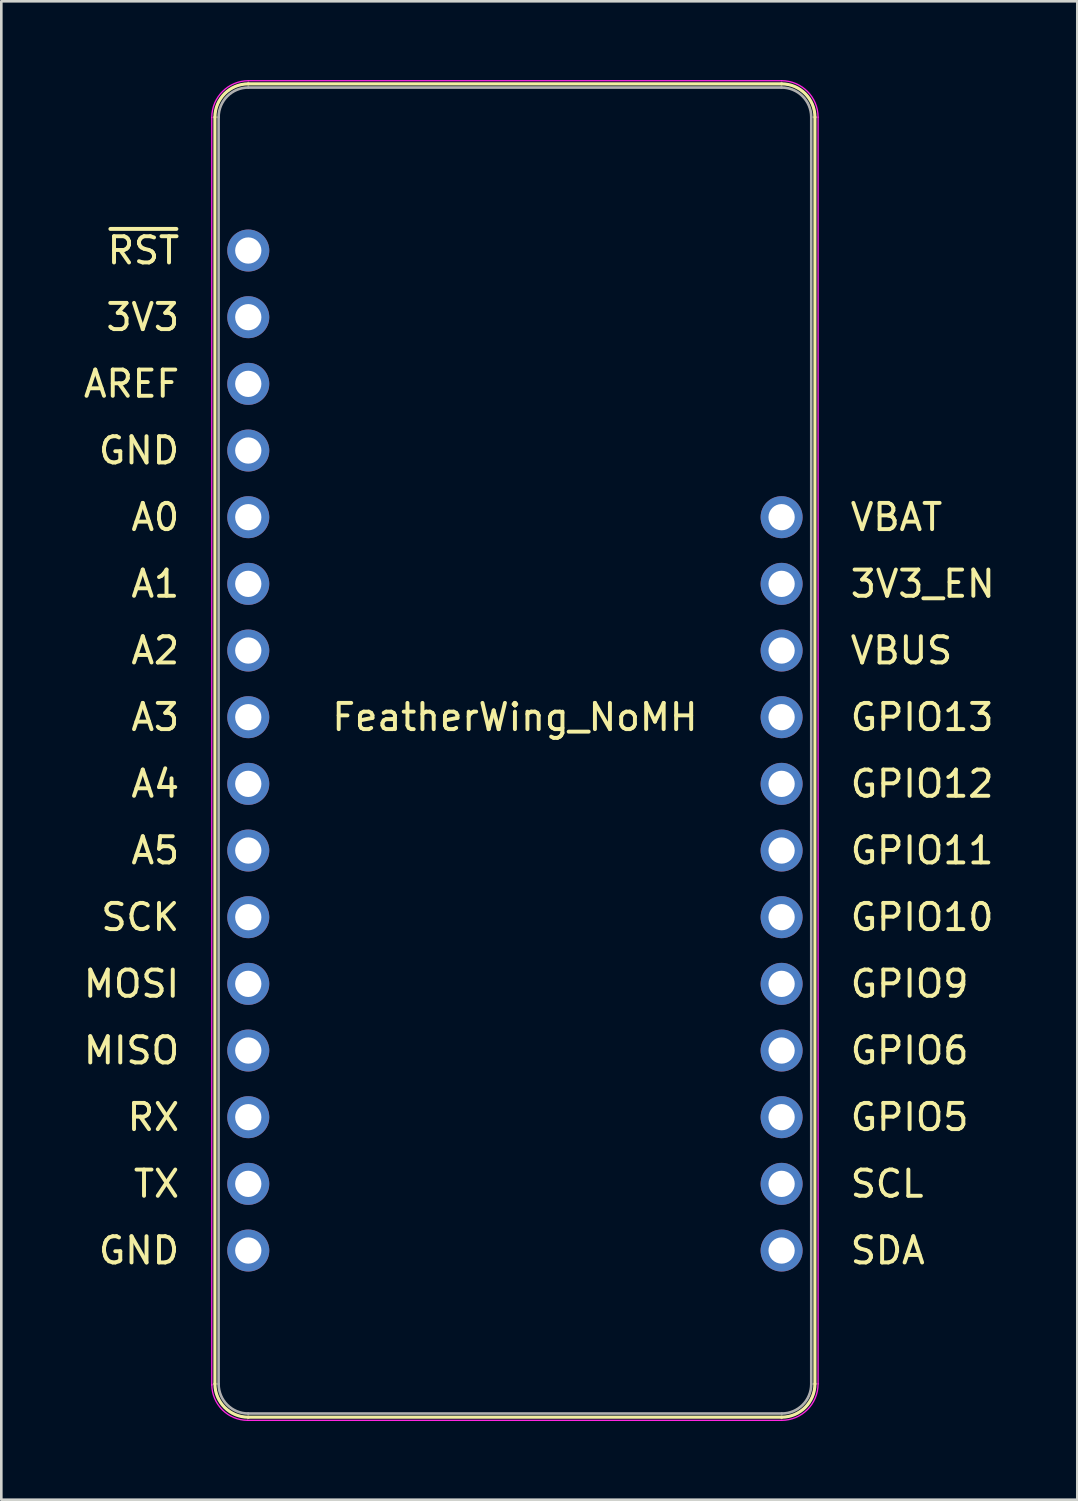
<source format=kicad_pcb>
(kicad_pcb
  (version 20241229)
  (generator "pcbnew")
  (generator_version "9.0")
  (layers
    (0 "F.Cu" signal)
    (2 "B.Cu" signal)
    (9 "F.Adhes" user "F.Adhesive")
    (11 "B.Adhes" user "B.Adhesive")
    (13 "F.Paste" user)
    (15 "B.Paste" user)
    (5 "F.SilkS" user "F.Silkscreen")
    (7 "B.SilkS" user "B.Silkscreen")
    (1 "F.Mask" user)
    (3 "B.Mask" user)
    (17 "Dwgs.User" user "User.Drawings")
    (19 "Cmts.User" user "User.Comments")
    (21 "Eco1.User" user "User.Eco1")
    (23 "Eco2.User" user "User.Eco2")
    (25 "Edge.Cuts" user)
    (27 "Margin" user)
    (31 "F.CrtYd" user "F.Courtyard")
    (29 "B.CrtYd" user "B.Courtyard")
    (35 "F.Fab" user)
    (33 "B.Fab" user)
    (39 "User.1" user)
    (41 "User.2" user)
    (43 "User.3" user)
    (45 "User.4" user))
  (footprint "FeatherWing_NoMH"
    (layer "F.Cu")
    (at 16.569 25.545)
    (property "Reference" "FeatherWing_NoMH" (at 0 -1.27 0) (layer "F.SilkS") (effects (font (size 1 1) (thickness 0.15))))
    (attr through_hole)
    (fp_line (start -11.43 24.13) (end -11.43 -24.13) (stroke (width 0.12) (type solid)) (layer "F.SilkS"))
    (fp_line (start -10.16 -25.4) (end 10.16 -25.4) (stroke (width 0.12) (type solid)) (layer "F.SilkS"))
    (fp_line (start 10.16 25.4) (end -10.16 25.4) (stroke (width 0.12) (type solid)) (layer "F.SilkS"))
    (fp_line (start 11.43 -24.13) (end 11.43 24.13) (stroke (width 0.12) (type solid)) (layer "F.SilkS"))
    (fp_arc (start -11.43 -24.13) (mid -11.058026 -25.028026) (end -10.16 -25.4) (stroke (width 0.12) (type solid)) (layer "F.SilkS"))
    (fp_arc (start -10.16 25.4) (mid -11.058026 25.028026) (end -11.43 24.13) (stroke (width 0.12) (type solid)) (layer "F.SilkS"))
    (fp_arc (start 10.16 -25.4) (mid 11.058026 -25.028026) (end 11.43 -24.13) (stroke (width 0.12) (type solid)) (layer "F.SilkS"))
    (fp_arc (start 11.43 24.13) (mid 11.058026 25.028026) (end 10.16 25.4) (stroke (width 0.12) (type solid)) (layer "F.SilkS"))
    (fp_line (start -11.55 24.18) (end -11.55 -24.12) (stroke (width 0.05) (type solid)) (layer "F.CrtYd"))
    (fp_line (start -10.16 -25.52) (end 10.16 -25.52) (stroke (width 0.05) (type solid)) (layer "F.CrtYd"))
    (fp_line (start 10.16 25.52) (end -10.19 25.52) (stroke (width 0.05) (type solid)) (layer "F.CrtYd"))
    (fp_line (start 11.55 -24.13) (end 11.55 24.13) (stroke (width 0.05) (type solid)) (layer "F.CrtYd"))
    (fp_arc (start -11.55 -24.12) (mid -11.139949 -25.109949) (end -10.15 -25.52) (stroke (width 0.05) (type solid)) (layer "F.CrtYd"))
    (fp_arc (start -10.18 25.52) (mid -11.148736 25.118736) (end -11.55 24.15) (stroke (width 0.05) (type solid)) (layer "F.CrtYd"))
    (fp_arc (start 10.16 -25.52) (mid 11.142878 -25.112878) (end 11.55 -24.13) (stroke (width 0.05) (type solid)) (layer "F.CrtYd"))
    (fp_arc (start 11.55 24.13) (mid 11.142878 25.112878) (end 10.16 25.52) (stroke (width 0.05) (type solid)) (layer "F.CrtYd"))
    (fp_line (start -11.29 24.135) (end -11.29 -24.13) (stroke (width 0.1) (type solid)) (layer "F.Fab"))
    (fp_line (start -10.16 -25.26) (end 10.16 -25.26) (stroke (width 0.1) (type solid)) (layer "F.Fab"))
    (fp_line (start 10.16 25.26) (end -10.16 25.26) (stroke (width 0.1) (type solid)) (layer "F.Fab"))
    (fp_line (start 11.29 -24.13) (end 11.29 24.13) (stroke (width 0.1) (type solid)) (layer "F.Fab"))
    (fp_arc (start -11.29 -24.13) (mid -10.959031 -24.929031) (end -10.16 -25.26) (stroke (width 0.1) (type solid)) (layer "F.Fab"))
    (fp_arc (start -10.165 25.26) (mid -10.960495 24.930495) (end -11.29 24.135) (stroke (width 0.1) (type solid)) (layer "F.Fab"))
    (fp_arc (start 10.15 -25.26) (mid 10.95196 -24.936102) (end 11.29 -24.14) (stroke (width 0.1) (type solid)) (layer "F.Fab"))
    (fp_arc (start 11.29 24.14) (mid 10.96196 24.93196) (end 10.17 25.26) (stroke (width 0.1) (type solid)) (layer "F.Fab"))
    (fp_text user "3V3" (at -12.7 -16.51 0) (layer "F.SilkS") (effects (font (size 1 1) (thickness 0.15)) (justify right)))
    (fp_text user "SCK" (at -12.7 6.35 0) (layer "F.SilkS") (effects (font (size 1 1) (thickness 0.15)) (justify right)))
    (fp_text user "GPIO12" (at 12.7 1.27 0) (layer "F.SilkS") (effects (font (size 1 1) (thickness 0.15)) (justify left)))
    (fp_text user "GPIO10" (at 12.7 6.35 0) (layer "F.SilkS") (effects (font (size 1 1) (thickness 0.15)) (justify left)))
    (fp_text user "GPIO6" (at 12.7 11.43 0) (layer "F.SilkS") (effects (font (size 1 1) (thickness 0.15)) (justify left)))
    (fp_text user "A0" (at -12.7 -8.89 0) (layer "F.SilkS") (effects (font (size 1 1) (thickness 0.15)) (justify right)))
    (fp_text user "A3" (at -12.7 -1.27 0) (layer "F.SilkS") (effects (font (size 1 1) (thickness 0.15)) (justify right)))
    (fp_text user "GND" (at -12.7 -11.43 0) (layer "F.SilkS") (effects (font (size 1 1) (thickness 0.15)) (justify right)))
    (fp_text user "A2" (at -12.7 -3.81 0) (layer "F.SilkS") (effects (font (size 1 1) (thickness 0.15)) (justify right)))
    (fp_text user "GPIO5" (at 12.7 13.97 0) (layer "F.SilkS") (effects (font (size 1 1) (thickness 0.15)) (justify left)))
    (fp_text user "GPIO11" (at 12.7 3.81 0) (layer "F.SilkS") (effects (font (size 1 1) (thickness 0.15)) (justify left)))
    (fp_text user "GPIO13" (at 12.7 -1.27 0) (layer "F.SilkS") (effects (font (size 1 1) (thickness 0.15)) (justify left)))
    (fp_text user "SCL" (at 12.7 16.51 0) (layer "F.SilkS") (effects (font (size 1 1) (thickness 0.15)) (justify left)))
    (fp_text user "AREF" (at -12.7 -13.97 0) (layer "F.SilkS") (effects (font (size 1 1) (thickness 0.15)) (justify right)))
    (fp_text user "RX" (at -12.7 13.97 0) (layer "F.SilkS") (effects (font (size 1 1) (thickness 0.15)) (justify right)))
    (fp_text user "A5" (at -12.7 3.81 0) (layer "F.SilkS") (effects (font (size 1 1) (thickness 0.15)) (justify right)))
    (fp_text user "3V3_EN" (at 12.7 -6.35 0) (layer "F.SilkS") (effects (font (size 1 1) (thickness 0.15)) (justify left)))
    (fp_text user "MOSI" (at -12.7 8.89 0) (layer "F.SilkS") (effects (font (size 1 1) (thickness 0.15)) (justify right)))
    (fp_text user "A4" (at -12.7 1.27 0) (layer "F.SilkS") (effects (font (size 1 1) (thickness 0.15)) (justify right)))
    (fp_text user "SDA" (at 12.7 19.05 0) (layer "F.SilkS") (effects (font (size 1 1) (thickness 0.15)) (justify left)))
    (fp_text user "GPIO9" (at 12.7 8.89 0) (layer "F.SilkS") (effects (font (size 1 1) (thickness 0.15)) (justify left)))
    (fp_text user "MISO" (at -12.7 11.43 0) (layer "F.SilkS") (effects (font (size 1 1) (thickness 0.15)) (justify right)))
    (fp_text user "A1" (at -12.7 -6.35 0) (layer "F.SilkS") (effects (font (size 1 1) (thickness 0.15)) (justify right)))
    (fp_text user "~{RST}" (at -12.7 -19.05 0) (layer "F.SilkS") (effects (font (size 1 1) (thickness 0.15)) (justify right)))
    (fp_text user "GND" (at -12.7 19.05 0) (layer "F.SilkS") (effects (font (size 1 1) (thickness 0.15)) (justify right)))
    (fp_text user "TX" (at -12.7 16.51 0) (layer "F.SilkS") (effects (font (size 1 1) (thickness 0.15)) (justify right)))
    (fp_text user "VBUS" (at 12.7 -3.81 0) (layer "F.SilkS") (effects (font (size 1 1) (thickness 0.15)) (justify left)))
    (fp_text user "VBAT" (at 12.7 -8.89 0) (layer "F.SilkS") (effects (font (size 1 1) (thickness 0.15)) (justify left)))
    (pad "1" thru_hole oval (at -10.16 -19.05) (size 1.6 1.6) (drill 1) (layers "*.Cu" "*.Mask"))
    (pad "2" thru_hole oval (at -10.16 -16.51) (size 1.6 1.6) (drill 1) (layers "*.Cu" "*.Mask"))
    (pad "3" thru_hole oval (at -10.16 -13.97) (size 1.6 1.6) (drill 1) (layers "*.Cu" "*.Mask"))
    (pad "4" thru_hole oval (at -10.16 -11.43) (size 1.6 1.6) (drill 1) (layers "*.Cu" "*.Mask"))
    (pad "5" thru_hole oval (at -10.16 -8.89) (size 1.6 1.6) (drill 1) (layers "*.Cu" "*.Mask"))
    (pad "6" thru_hole oval (at -10.16 -6.35) (size 1.6 1.6) (drill 1) (layers "*.Cu" "*.Mask"))
    (pad "7" thru_hole oval (at -10.16 -3.81) (size 1.6 1.6) (drill 1) (layers "*.Cu" "*.Mask"))
    (pad "8" thru_hole oval (at -10.16 -1.27) (size 1.6 1.6) (drill 1) (layers "*.Cu" "*.Mask"))
    (pad "9" thru_hole oval (at -10.16 1.27) (size 1.6 1.6) (drill 1) (layers "*.Cu" "*.Mask"))
    (pad "10" thru_hole oval (at -10.16 3.81) (size 1.6 1.6) (drill 1) (layers "*.Cu" "*.Mask"))
    (pad "11" thru_hole oval (at -10.16 6.35) (size 1.6 1.6) (drill 1) (layers "*.Cu" "*.Mask"))
    (pad "12" thru_hole oval (at -10.16 8.89) (size 1.6 1.6) (drill 1) (layers "*.Cu" "*.Mask"))
    (pad "13" thru_hole oval (at -10.16 11.43) (size 1.6 1.6) (drill 1) (layers "*.Cu" "*.Mask"))
    (pad "14" thru_hole oval (at -10.16 13.97) (size 1.6 1.6) (drill 1) (layers "*.Cu" "*.Mask"))
    (pad "15" thru_hole oval (at -10.16 16.51) (size 1.6 1.6) (drill 1) (layers "*.Cu" "*.Mask"))
    (pad "16" thru_hole oval (at -10.16 19.05) (size 1.6 1.6) (drill 1) (layers "*.Cu" "*.Mask"))
    (pad "17" thru_hole oval (at 10.16 19.05) (size 1.6 1.6) (drill 1) (layers "*.Cu" "*.Mask"))
    (pad "18" thru_hole oval (at 10.16 16.51) (size 1.6 1.6) (drill 1) (layers "*.Cu" "*.Mask"))
    (pad "19" thru_hole oval (at 10.16 13.97) (size 1.6 1.6) (drill 1) (layers "*.Cu" "*.Mask"))
    (pad "20" thru_hole oval (at 10.16 11.43) (size 1.6 1.6) (drill 1) (layers "*.Cu" "*.Mask"))
    (pad "21" thru_hole oval (at 10.16 8.89) (size 1.6 1.6) (drill 1) (layers "*.Cu" "*.Mask"))
    (pad "22" thru_hole oval (at 10.16 6.35) (size 1.6 1.6) (drill 1) (layers "*.Cu" "*.Mask"))
    (pad "23" thru_hole oval (at 10.16 3.81) (size 1.6 1.6) (drill 1) (layers "*.Cu" "*.Mask"))
    (pad "24" thru_hole oval (at 10.16 1.27) (size 1.6 1.6) (drill 1) (layers "*.Cu" "*.Mask"))
    (pad "25" thru_hole oval (at 10.16 -1.27) (size 1.6 1.6) (drill 1) (layers "*.Cu" "*.Mask"))
    (pad "26" thru_hole oval (at 10.16 -3.81) (size 1.6 1.6) (drill 1) (layers "*.Cu" "*.Mask"))
    (pad "27" thru_hole oval (at 10.16 -6.35) (size 1.6 1.6) (drill 1) (layers "*.Cu" "*.Mask"))
    (pad "28" thru_hole oval (at 10.16 -8.89) (size 1.6 1.6) (drill 1) (layers "*.Cu" "*.Mask")))
  (gr_rect
    (start -3 -3)
    (end 37.995 54.09)
    (stroke (width 0.1) (type default))
    (fill no)
    (layer "Edge.Cuts")))
</source>
